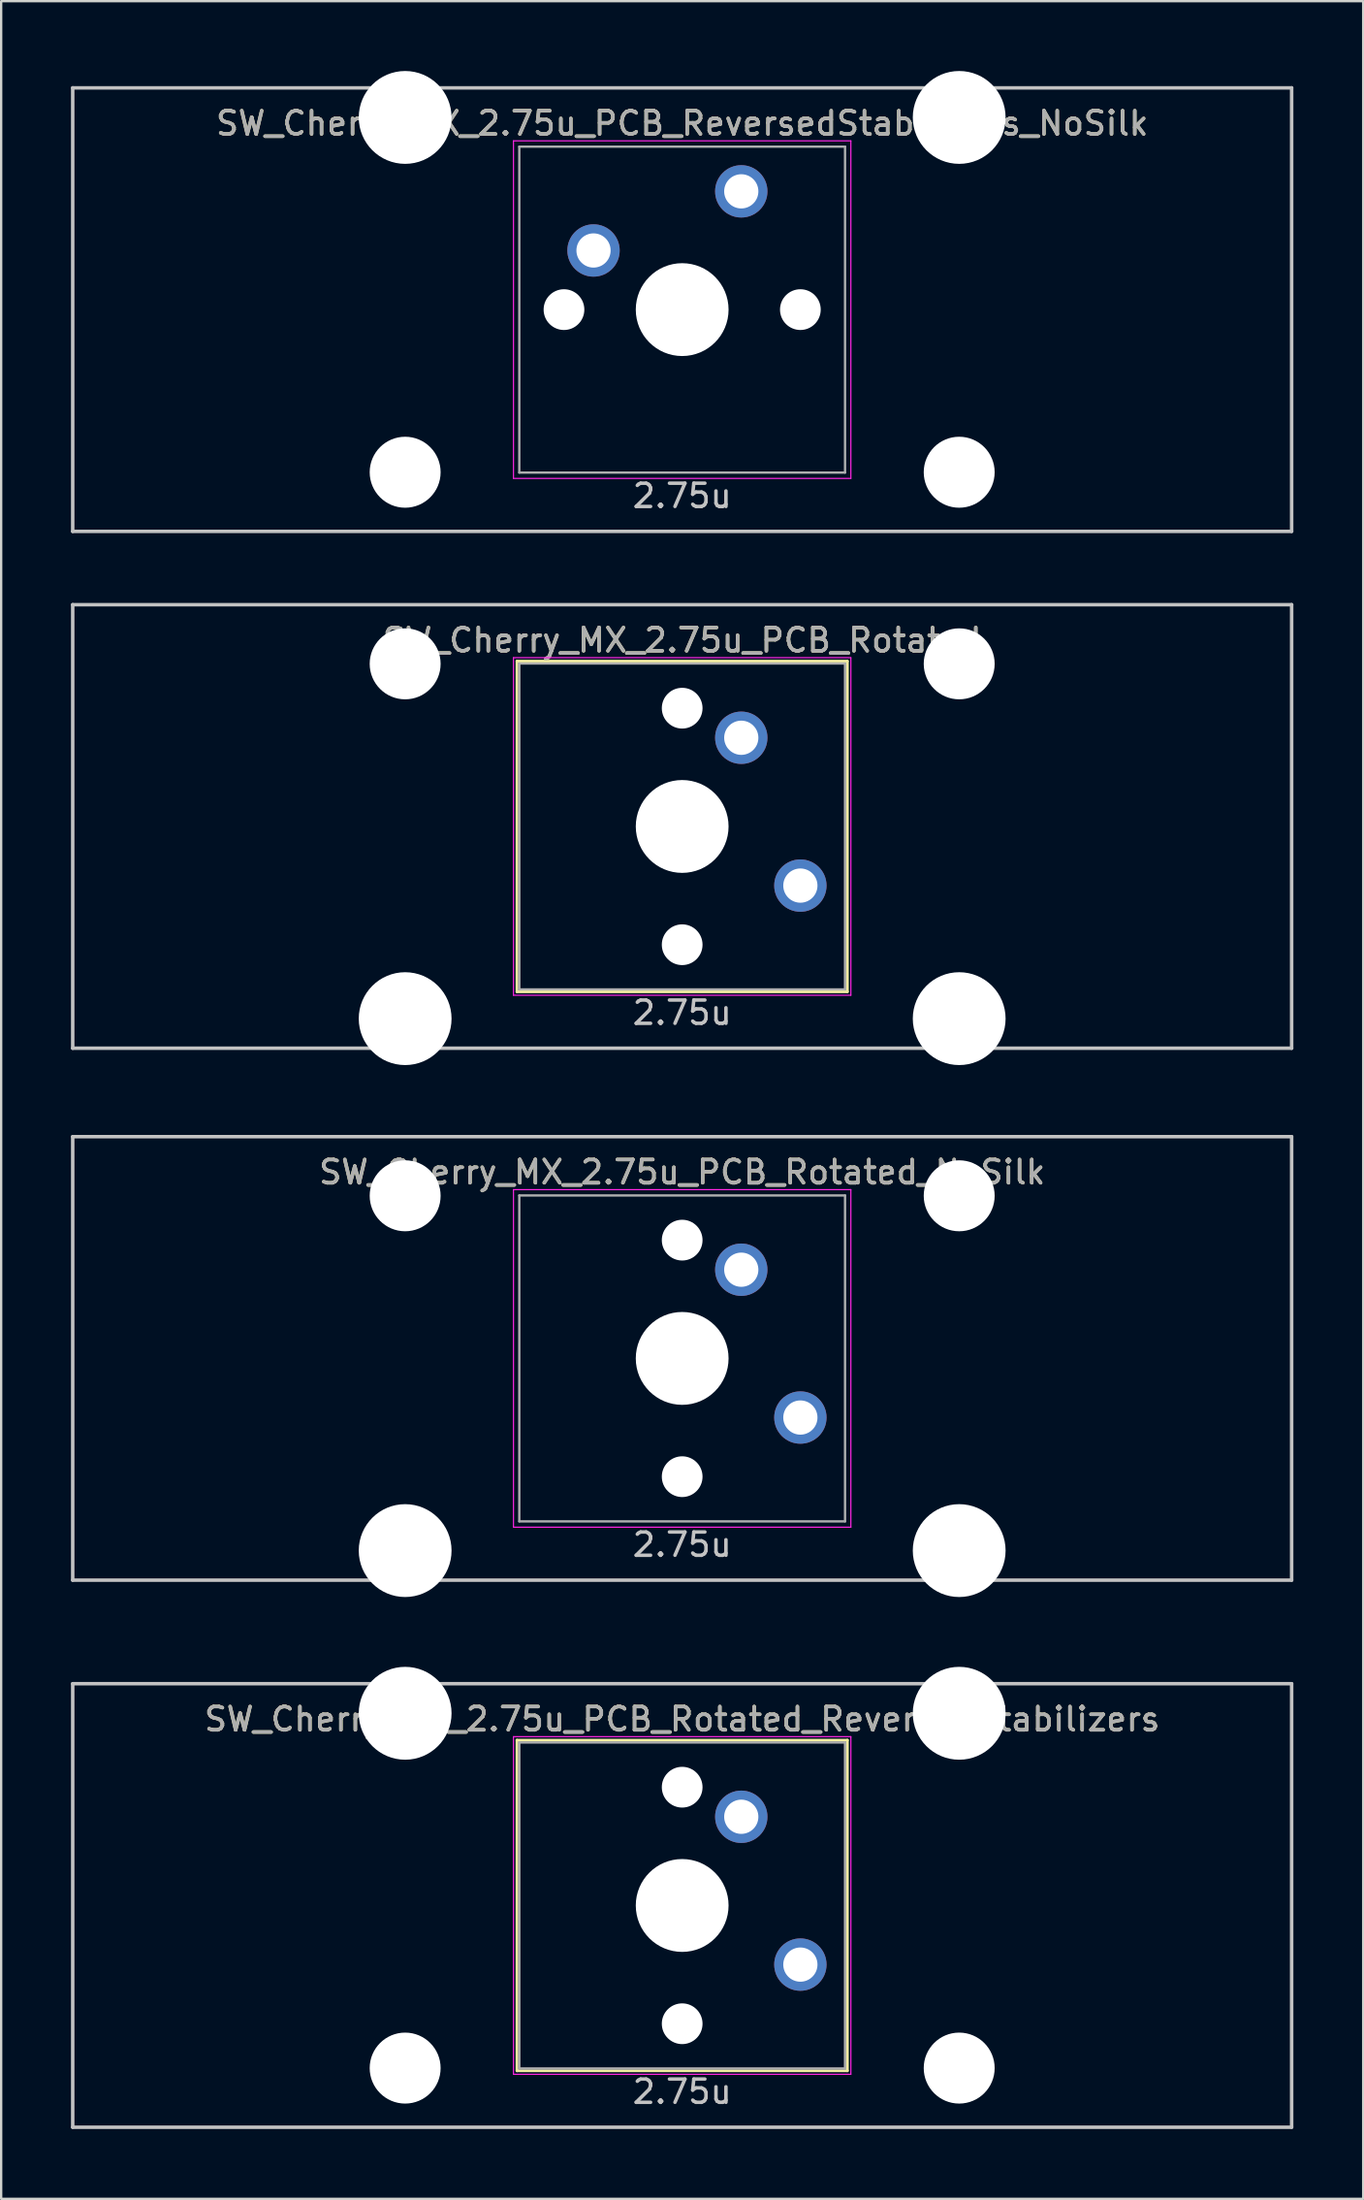
<source format=kicad_pcb>
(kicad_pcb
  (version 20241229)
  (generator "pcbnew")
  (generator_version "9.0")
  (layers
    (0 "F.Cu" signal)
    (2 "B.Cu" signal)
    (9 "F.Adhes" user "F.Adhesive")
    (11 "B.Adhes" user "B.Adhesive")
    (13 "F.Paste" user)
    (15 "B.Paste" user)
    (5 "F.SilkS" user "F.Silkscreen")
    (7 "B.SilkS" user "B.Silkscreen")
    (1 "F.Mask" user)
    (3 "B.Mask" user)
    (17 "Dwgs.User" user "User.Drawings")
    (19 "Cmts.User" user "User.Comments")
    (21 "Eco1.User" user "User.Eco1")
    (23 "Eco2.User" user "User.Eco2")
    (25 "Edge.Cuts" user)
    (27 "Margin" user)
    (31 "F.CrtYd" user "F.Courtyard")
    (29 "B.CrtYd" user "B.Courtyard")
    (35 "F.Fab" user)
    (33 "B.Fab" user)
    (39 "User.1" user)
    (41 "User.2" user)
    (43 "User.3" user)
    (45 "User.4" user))
  (footprint "SW_Cherry_MX_2.75u_PCB_Rotated_NoSilk"
    (layer "F.Cu")
    (at 26.269 55.298)
    (property "Reference" "SW_Cherry_MX_2.75u_PCB_Rotated_NoSilk" (at 0 -8 0) (layer "F.SilkS") (effects (font (size 1 1) (thickness 0.15))))
    (attr through_hole)
    (fp_line (start -26.194 -9.525) (end 26.194 -9.525) (stroke (width 0.15) (type solid)) (layer "Dwgs.User"))
    (fp_line (start -26.194 9.525) (end -26.194 -9.525) (stroke (width 0.15) (type solid)) (layer "Dwgs.User"))
    (fp_line (start -26.194 9.525) (end 26.194 9.525) (stroke (width 0.15) (type solid)) (layer "Dwgs.User"))
    (fp_line (start 26.194 -9.525) (end 26.194 9.525) (stroke (width 0.15) (type solid)) (layer "Dwgs.User"))
    (fp_line (start -7.25 -7.25) (end 7.25 -7.25) (stroke (width 0.05) (type solid)) (layer "F.CrtYd"))
    (fp_line (start -7.25 7.25) (end -7.25 -7.25) (stroke (width 0.05) (type solid)) (layer "F.CrtYd"))
    (fp_line (start 7.25 -7.25) (end 7.25 7.25) (stroke (width 0.05) (type solid)) (layer "F.CrtYd"))
    (fp_line (start 7.25 7.25) (end -7.25 7.25) (stroke (width 0.05) (type solid)) (layer "F.CrtYd"))
    (fp_line (start -7 -7) (end 7 -7) (stroke (width 0.1) (type solid)) (layer "F.Fab"))
    (fp_line (start -7 7) (end -7 -7) (stroke (width 0.1) (type solid)) (layer "F.Fab"))
    (fp_line (start 7 -7) (end 7 7) (stroke (width 0.1) (type solid)) (layer "F.Fab"))
    (fp_line (start 7 7) (end -7 7) (stroke (width 0.1) (type solid)) (layer "F.Fab"))
    (fp_text user "2.75u" (at 0 8 0) (layer "Dwgs.User") (effects (font (size 1 1) (thickness 0.15))))
    (fp_text user "${REFERENCE}" (at 0 -8 0) (layer "F.Fab") (effects (font (size 1 1) (thickness 0.15))))
    (pad "" np_thru_hole circle (at -11.906 -6.985) (size 3.048 3.048) (drill 3.048) (layers "*.Cu" "*.Mask"))
    (pad "" np_thru_hole circle (at -11.906 8.255) (size 3.988 3.988) (drill 3.988) (layers "*.Cu" "*.Mask"))
    (pad "" np_thru_hole circle (at 0 -5.08 318.1) (size 1.75 1.75) (drill 1.75) (layers "*.Cu" "*.Mask"))
    (pad "" np_thru_hole circle (at 0 0 270) (size 3.988 3.988) (drill 3.988) (layers "*.Cu" "*.Mask"))
    (pad "" np_thru_hole circle (at 0 5.08 318.1) (size 1.75 1.75) (drill 1.75) (layers "*.Cu" "*.Mask"))
    (pad "" np_thru_hole circle (at 11.906 -6.985) (size 3.048 3.048) (drill 3.048) (layers "*.Cu" "*.Mask"))
    (pad "" np_thru_hole circle (at 11.906 8.255) (size 3.988 3.988) (drill 3.988) (layers "*.Cu" "*.Mask"))
    (pad "1" thru_hole circle (at 2.54 -3.81 270) (size 2.25 2.25) (drill 1.47) (layers "*.Cu" "B.Mask"))
    (pad "2" thru_hole circle (at 5.08 2.54 270) (size 2.25 2.25) (drill 1.47) (layers "*.Cu" "B.Mask")))
  (footprint "SW_Cherry_MX_2.75u_PCB_ReversedStabilizers_NoSilk"
    (layer "F.Cu")
    (at 26.269 10.249)
    (property "Reference" "SW_Cherry_MX_2.75u_PCB_ReversedStabilizers_NoSilk" (at 0 -8 0) (layer "F.SilkS") (effects (font (size 1 1) (thickness 0.15))))
    (attr through_hole)
    (fp_line (start -26.194 -9.525) (end 26.194 -9.525) (stroke (width 0.15) (type solid)) (layer "Dwgs.User"))
    (fp_line (start -26.194 9.525) (end -26.194 -9.525) (stroke (width 0.15) (type solid)) (layer "Dwgs.User"))
    (fp_line (start -26.194 9.525) (end 26.194 9.525) (stroke (width 0.15) (type solid)) (layer "Dwgs.User"))
    (fp_line (start 26.194 -9.525) (end 26.194 9.525) (stroke (width 0.15) (type solid)) (layer "Dwgs.User"))
    (fp_line (start -7.25 -7.25) (end 7.25 -7.25) (stroke (width 0.05) (type solid)) (layer "F.CrtYd"))
    (fp_line (start -7.25 7.25) (end -7.25 -7.25) (stroke (width 0.05) (type solid)) (layer "F.CrtYd"))
    (fp_line (start 7.25 -7.25) (end 7.25 7.25) (stroke (width 0.05) (type solid)) (layer "F.CrtYd"))
    (fp_line (start 7.25 7.25) (end -7.25 7.25) (stroke (width 0.05) (type solid)) (layer "F.CrtYd"))
    (fp_line (start -7 -7) (end 7 -7) (stroke (width 0.1) (type solid)) (layer "F.Fab"))
    (fp_line (start -7 7) (end -7 -7) (stroke (width 0.1) (type solid)) (layer "F.Fab"))
    (fp_line (start 7 -7) (end 7 7) (stroke (width 0.1) (type solid)) (layer "F.Fab"))
    (fp_line (start 7 7) (end -7 7) (stroke (width 0.1) (type solid)) (layer "F.Fab"))
    (fp_text user "2.75u" (at 0 8 0) (layer "Dwgs.User") (effects (font (size 1 1) (thickness 0.15))))
    (fp_text user "${REFERENCE}" (at 0 -8 0) (layer "F.Fab") (effects (font (size 1 1) (thickness 0.15))))
    (pad "" np_thru_hole circle (at -11.906 -8.255) (size 3.988 3.988) (drill 3.988) (layers "*.Cu" "*.Mask"))
    (pad "" np_thru_hole circle (at -11.906 6.985) (size 3.048 3.048) (drill 3.048) (layers "*.Cu" "*.Mask"))
    (pad "" np_thru_hole circle (at -5.08 0 48.1) (size 1.75 1.75) (drill 1.75) (layers "*.Cu" "*.Mask"))
    (pad "" np_thru_hole circle (at 0 0) (size 3.988 3.988) (drill 3.988) (layers "*.Cu" "*.Mask"))
    (pad "" np_thru_hole circle (at 5.08 0 48.1) (size 1.75 1.75) (drill 1.75) (layers "*.Cu" "*.Mask"))
    (pad "" np_thru_hole circle (at 11.906 -8.255) (size 3.988 3.988) (drill 3.988) (layers "*.Cu" "*.Mask"))
    (pad "" np_thru_hole circle (at 11.906 6.985) (size 3.048 3.048) (drill 3.048) (layers "*.Cu" "*.Mask"))
    (pad "1" thru_hole circle (at -3.81 -2.54) (size 2.25 2.25) (drill 1.47) (layers "*.Cu" "B.Mask"))
    (pad "2" thru_hole circle (at 2.54 -5.08) (size 2.25 2.25) (drill 1.47) (layers "*.Cu" "B.Mask")))
  (footprint "SW_Cherry_MX_2.75u_PCB_Rotated"
    (layer "F.Cu")
    (at 26.269 32.449)
    (property "Reference" "SW_Cherry_MX_2.75u_PCB_Rotated" (at 0 -8 0) (layer "F.SilkS") (effects (font (size 1 1) (thickness 0.15))))
    (attr through_hole)
    (fp_line (start -7.1 -7.1) (end 7.1 -7.1) (stroke (width 0.12) (type solid)) (layer "F.SilkS"))
    (fp_line (start -7.1 7.1) (end -7.1 -7.1) (stroke (width 0.12) (type solid)) (layer "F.SilkS"))
    (fp_line (start 7.1 -7.1) (end 7.1 7.1) (stroke (width 0.12) (type solid)) (layer "F.SilkS"))
    (fp_line (start 7.1 7.1) (end -7.1 7.1) (stroke (width 0.12) (type solid)) (layer "F.SilkS"))
    (fp_line (start -26.194 -9.525) (end 26.194 -9.525) (stroke (width 0.15) (type solid)) (layer "Dwgs.User"))
    (fp_line (start -26.194 9.525) (end -26.194 -9.525) (stroke (width 0.15) (type solid)) (layer "Dwgs.User"))
    (fp_line (start -26.194 9.525) (end 26.194 9.525) (stroke (width 0.15) (type solid)) (layer "Dwgs.User"))
    (fp_line (start 26.194 -9.525) (end 26.194 9.525) (stroke (width 0.15) (type solid)) (layer "Dwgs.User"))
    (fp_line (start -7.25 -7.25) (end 7.25 -7.25) (stroke (width 0.05) (type solid)) (layer "F.CrtYd"))
    (fp_line (start -7.25 7.25) (end -7.25 -7.25) (stroke (width 0.05) (type solid)) (layer "F.CrtYd"))
    (fp_line (start 7.25 -7.25) (end 7.25 7.25) (stroke (width 0.05) (type solid)) (layer "F.CrtYd"))
    (fp_line (start 7.25 7.25) (end -7.25 7.25) (stroke (width 0.05) (type solid)) (layer "F.CrtYd"))
    (fp_line (start -7 -7) (end 7 -7) (stroke (width 0.1) (type solid)) (layer "F.Fab"))
    (fp_line (start -7 7) (end -7 -7) (stroke (width 0.1) (type solid)) (layer "F.Fab"))
    (fp_line (start 7 -7) (end 7 7) (stroke (width 0.1) (type solid)) (layer "F.Fab"))
    (fp_line (start 7 7) (end -7 7) (stroke (width 0.1) (type solid)) (layer "F.Fab"))
    (fp_text user "2.75u" (at 0 8 0) (layer "Dwgs.User") (effects (font (size 1 1) (thickness 0.15))))
    (fp_text user "${REFERENCE}" (at 0 -8 0) (layer "F.Fab") (effects (font (size 1 1) (thickness 0.15))))
    (pad "" np_thru_hole circle (at -11.906 -6.985) (size 3.048 3.048) (drill 3.048) (layers "*.Cu" "*.Mask"))
    (pad "" np_thru_hole circle (at -11.906 8.255) (size 3.988 3.988) (drill 3.988) (layers "*.Cu" "*.Mask"))
    (pad "" np_thru_hole circle (at 0 -5.08 318.1) (size 1.75 1.75) (drill 1.75) (layers "*.Cu" "*.Mask"))
    (pad "" np_thru_hole circle (at 0 0 270) (size 3.988 3.988) (drill 3.988) (layers "*.Cu" "*.Mask"))
    (pad "" np_thru_hole circle (at 0 5.08 318.1) (size 1.75 1.75) (drill 1.75) (layers "*.Cu" "*.Mask"))
    (pad "" np_thru_hole circle (at 11.906 -6.985) (size 3.048 3.048) (drill 3.048) (layers "*.Cu" "*.Mask"))
    (pad "" np_thru_hole circle (at 11.906 8.255) (size 3.988 3.988) (drill 3.988) (layers "*.Cu" "*.Mask"))
    (pad "1" thru_hole circle (at 2.54 -3.81 270) (size 2.25 2.25) (drill 1.47) (layers "*.Cu" "B.Mask"))
    (pad "2" thru_hole circle (at 5.08 2.54 270) (size 2.25 2.25) (drill 1.47) (layers "*.Cu" "B.Mask")))
  (footprint "SW_Cherry_MX_2.75u_PCB_Rotated_ReversedStabilizers"
    (layer "F.Cu")
    (at 26.269 78.796)
    (property "Reference" "SW_Cherry_MX_2.75u_PCB_Rotated_ReversedStabilizers" (at 0 -8 0) (layer "F.SilkS") (effects (font (size 1 1) (thickness 0.15))))
    (attr through_hole)
    (fp_line (start -7.1 -7.1) (end 7.1 -7.1) (stroke (width 0.12) (type solid)) (layer "F.SilkS"))
    (fp_line (start -7.1 7.1) (end -7.1 -7.1) (stroke (width 0.12) (type solid)) (layer "F.SilkS"))
    (fp_line (start 7.1 -7.1) (end 7.1 7.1) (stroke (width 0.12) (type solid)) (layer "F.SilkS"))
    (fp_line (start 7.1 7.1) (end -7.1 7.1) (stroke (width 0.12) (type solid)) (layer "F.SilkS"))
    (fp_line (start -26.194 -9.525) (end 26.194 -9.525) (stroke (width 0.15) (type solid)) (layer "Dwgs.User"))
    (fp_line (start -26.194 9.525) (end -26.194 -9.525) (stroke (width 0.15) (type solid)) (layer "Dwgs.User"))
    (fp_line (start -26.194 9.525) (end 26.194 9.525) (stroke (width 0.15) (type solid)) (layer "Dwgs.User"))
    (fp_line (start 26.194 -9.525) (end 26.194 9.525) (stroke (width 0.15) (type solid)) (layer "Dwgs.User"))
    (fp_line (start -7.25 -7.25) (end 7.25 -7.25) (stroke (width 0.05) (type solid)) (layer "F.CrtYd"))
    (fp_line (start -7.25 7.25) (end -7.25 -7.25) (stroke (width 0.05) (type solid)) (layer "F.CrtYd"))
    (fp_line (start 7.25 -7.25) (end 7.25 7.25) (stroke (width 0.05) (type solid)) (layer "F.CrtYd"))
    (fp_line (start 7.25 7.25) (end -7.25 7.25) (stroke (width 0.05) (type solid)) (layer "F.CrtYd"))
    (fp_line (start -7 -7) (end 7 -7) (stroke (width 0.1) (type solid)) (layer "F.Fab"))
    (fp_line (start -7 7) (end -7 -7) (stroke (width 0.1) (type solid)) (layer "F.Fab"))
    (fp_line (start 7 -7) (end 7 7) (stroke (width 0.1) (type solid)) (layer "F.Fab"))
    (fp_line (start 7 7) (end -7 7) (stroke (width 0.1) (type solid)) (layer "F.Fab"))
    (fp_text user "2.75u" (at 0 8 0) (layer "Dwgs.User") (effects (font (size 1 1) (thickness 0.15))))
    (fp_text user "${REFERENCE}" (at 0 -8 0) (layer "F.Fab") (effects (font (size 1 1) (thickness 0.15))))
    (pad "" np_thru_hole circle (at -11.906 -8.255) (size 3.988 3.988) (drill 3.988) (layers "*.Cu" "*.Mask"))
    (pad "" np_thru_hole circle (at -11.906 6.985) (size 3.048 3.048) (drill 3.048) (layers "*.Cu" "*.Mask"))
    (pad "" np_thru_hole circle (at 0 -5.08 318.1) (size 1.75 1.75) (drill 1.75) (layers "*.Cu" "*.Mask"))
    (pad "" np_thru_hole circle (at 0 0 270) (size 3.988 3.988) (drill 3.988) (layers "*.Cu" "*.Mask"))
    (pad "" np_thru_hole circle (at 0 5.08 318.1) (size 1.75 1.75) (drill 1.75) (layers "*.Cu" "*.Mask"))
    (pad "" np_thru_hole circle (at 11.906 -8.255) (size 3.988 3.988) (drill 3.988) (layers "*.Cu" "*.Mask"))
    (pad "" np_thru_hole circle (at 11.906 6.985) (size 3.048 3.048) (drill 3.048) (layers "*.Cu" "*.Mask"))
    (pad "1" thru_hole circle (at 2.54 -3.81 270) (size 2.25 2.25) (drill 1.47) (layers "*.Cu" "B.Mask"))
    (pad "2" thru_hole circle (at 5.08 2.54 270) (size 2.25 2.25) (drill 1.47) (layers "*.Cu" "B.Mask")))
  (gr_rect
    (start -3 -3)
    (end 55.538 91.396)
    (stroke (width 0.1) (type default))
    (fill no)
    (layer "Edge.Cuts")))
</source>
